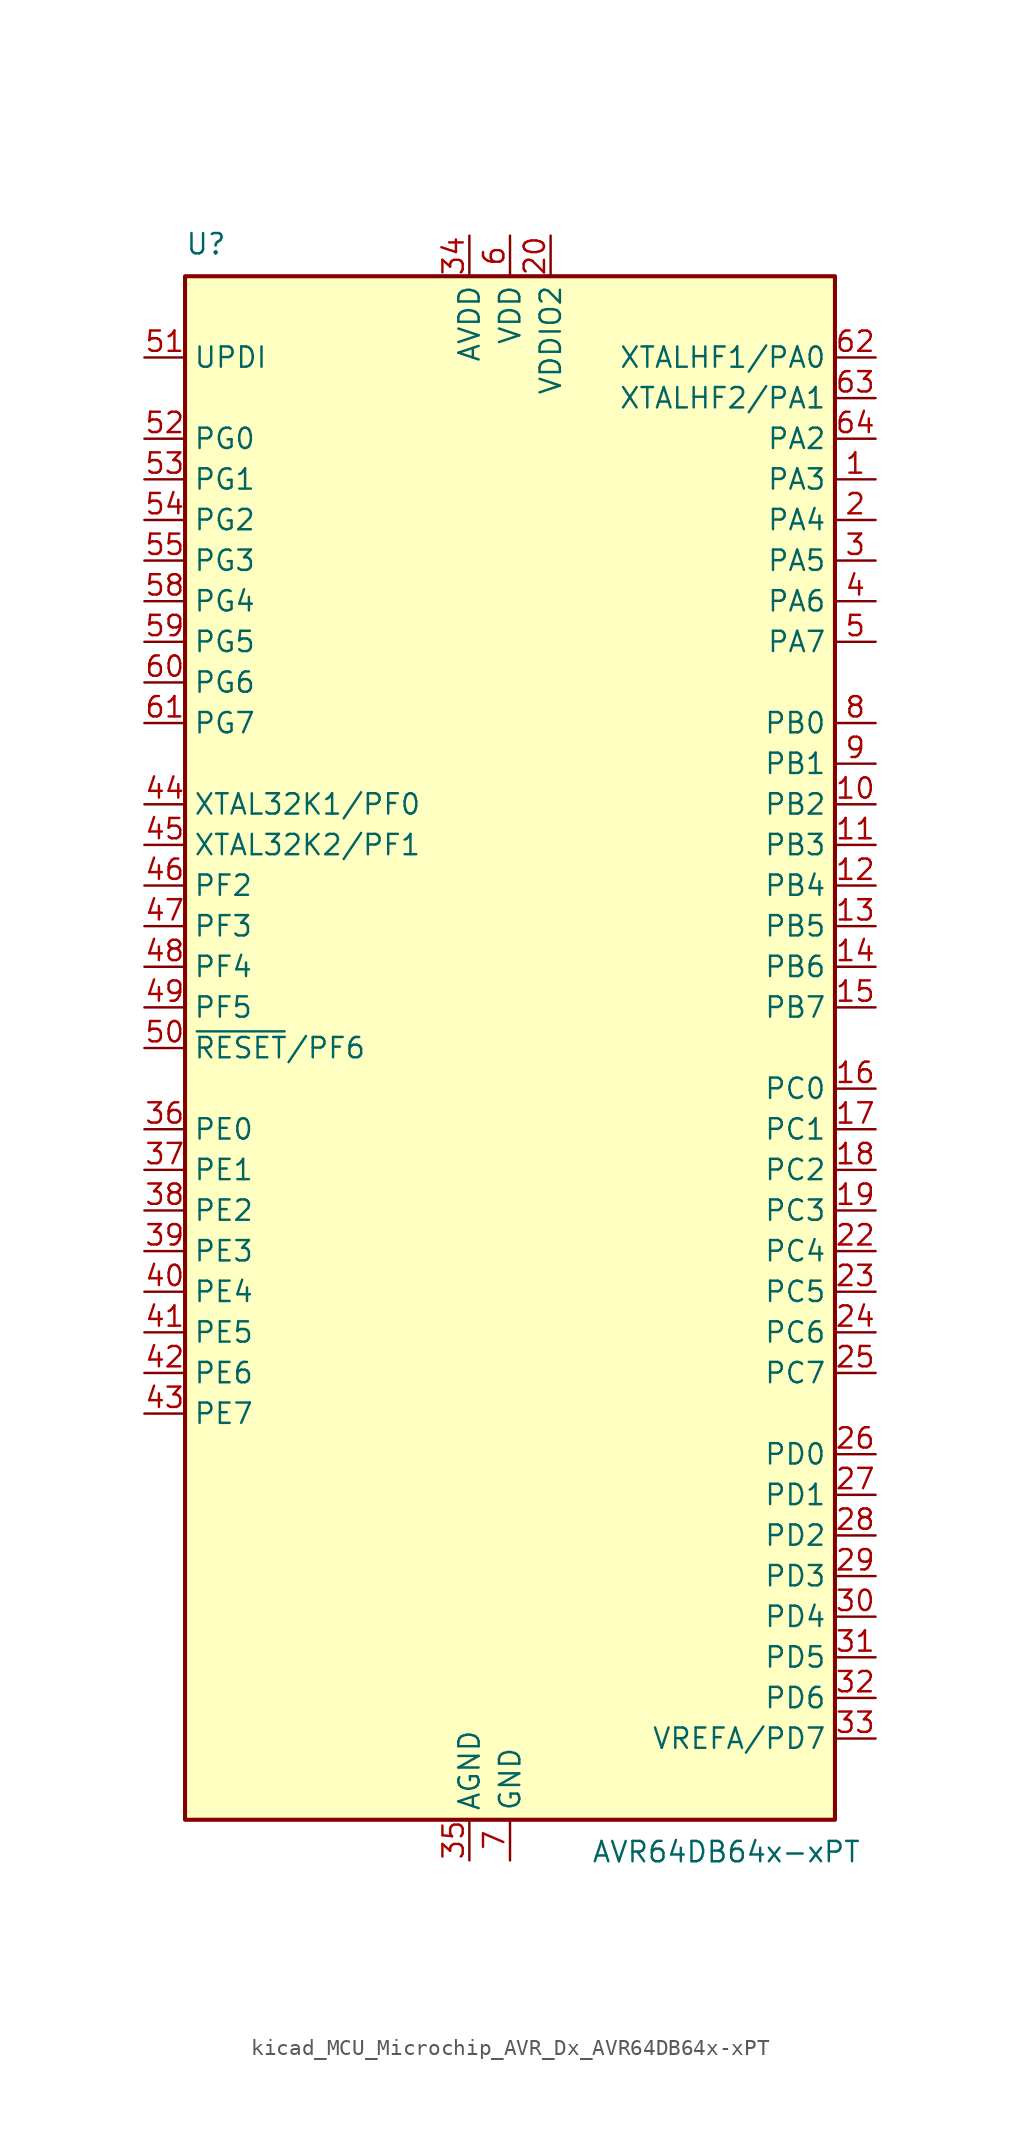
<source format=kicad_sym>
(kicad_symbol_lib
  (version 20220914)
  (generator kicad_symbol_editor)
  (symbol "kicad_MCU_Microchip_AVR_Dx_AVR64DB64x-xPT"
    (property "Reference" "U"
      (at -20.32 49.53 0)
      (effects (font (size 1.27 1.27)) (justify left bottom)))
    (property "Value" "AVR64DB64x-xPT"
      (at 5.08 -49.53 0)
      (effects (font (size 1.27 1.27)) (justify left top)))
    (symbol "kicad_MCU_Microchip_AVR_Dx_AVR64DB64x-xPT_0_1"
      (rectangle (start -20.32 48.26) (end 20.32 -48.26) (stroke (width 0.254) (type default)) (fill (type background))))
    (symbol "kicad_MCU_Microchip_AVR_Dx_AVR64DB64x-xPT_1_1"
      (pin bidirectional line (at 22.86 35.56 180) (length 2.54) (name "PA3" (effects (font (size 1.27 1.27)))) (number "1" (effects (font (size 1.27 1.27)))))
      (pin bidirectional line (at 22.86 15.24 180) (length 2.54) (name "PB2" (effects (font (size 1.27 1.27)))) (number "10" (effects (font (size 1.27 1.27)))))
      (pin bidirectional line (at 22.86 12.7 180) (length 2.54) (name "PB3" (effects (font (size 1.27 1.27)))) (number "11" (effects (font (size 1.27 1.27)))))
      (pin bidirectional line (at 22.86 10.16 180) (length 2.54) (name "PB4" (effects (font (size 1.27 1.27)))) (number "12" (effects (font (size 1.27 1.27)))))
      (pin bidirectional line (at 22.86 7.62 180) (length 2.54) (name "PB5" (effects (font (size 1.27 1.27)))) (number "13" (effects (font (size 1.27 1.27)))))
      (pin bidirectional line (at 22.86 5.08 180) (length 2.54) (name "PB6" (effects (font (size 1.27 1.27)))) (number "14" (effects (font (size 1.27 1.27)))))
      (pin bidirectional line (at 22.86 2.54 180) (length 2.54) (name "PB7" (effects (font (size 1.27 1.27)))) (number "15" (effects (font (size 1.27 1.27)))))
      (pin bidirectional line (at 22.86 -2.54 180) (length 2.54) (name "PC0" (effects (font (size 1.27 1.27)))) (number "16" (effects (font (size 1.27 1.27)))))
      (pin bidirectional line (at 22.86 -5.08 180) (length 2.54) (name "PC1" (effects (font (size 1.27 1.27)))) (number "17" (effects (font (size 1.27 1.27)))))
      (pin bidirectional line (at 22.86 -7.62 180) (length 2.54) (name "PC2" (effects (font (size 1.27 1.27)))) (number "18" (effects (font (size 1.27 1.27)))))
      (pin bidirectional line (at 22.86 -10.16 180) (length 2.54) (name "PC3" (effects (font (size 1.27 1.27)))) (number "19" (effects (font (size 1.27 1.27)))))
      (pin bidirectional line (at 22.86 33.02 180) (length 2.54) (name "PA4" (effects (font (size 1.27 1.27)))) (number "2" (effects (font (size 1.27 1.27)))))
      (pin power_in line (at 2.54 50.8 270) (length 2.54) (name "VDDIO2" (effects (font (size 1.27 1.27)))) (number "20" (effects (font (size 1.27 1.27)))))
      (pin passive line (at 0 -50.8 90) (length 2.54) hide (name "GND" (effects (font (size 1.27 1.27)))) (number "21" (effects (font (size 1.27 1.27)))))
      (pin bidirectional line (at 22.86 -12.7 180) (length 2.54) (name "PC4" (effects (font (size 1.27 1.27)))) (number "22" (effects (font (size 1.27 1.27)))))
      (pin bidirectional line (at 22.86 -15.24 180) (length 2.54) (name "PC5" (effects (font (size 1.27 1.27)))) (number "23" (effects (font (size 1.27 1.27)))))
      (pin bidirectional line (at 22.86 -17.78 180) (length 2.54) (name "PC6" (effects (font (size 1.27 1.27)))) (number "24" (effects (font (size 1.27 1.27)))))
      (pin bidirectional line (at 22.86 -20.32 180) (length 2.54) (name "PC7" (effects (font (size 1.27 1.27)))) (number "25" (effects (font (size 1.27 1.27)))))
      (pin bidirectional line (at 22.86 -25.4 180) (length 2.54) (name "PD0" (effects (font (size 1.27 1.27)))) (number "26" (effects (font (size 1.27 1.27)))))
      (pin bidirectional line (at 22.86 -27.94 180) (length 2.54) (name "PD1" (effects (font (size 1.27 1.27)))) (number "27" (effects (font (size 1.27 1.27)))))
      (pin bidirectional line (at 22.86 -30.48 180) (length 2.54) (name "PD2" (effects (font (size 1.27 1.27)))) (number "28" (effects (font (size 1.27 1.27)))))
      (pin bidirectional line (at 22.86 -33.02 180) (length 2.54) (name "PD3" (effects (font (size 1.27 1.27)))) (number "29" (effects (font (size 1.27 1.27)))))
      (pin bidirectional line (at 22.86 30.48 180) (length 2.54) (name "PA5" (effects (font (size 1.27 1.27)))) (number "3" (effects (font (size 1.27 1.27)))))
      (pin bidirectional line (at 22.86 -35.56 180) (length 2.54) (name "PD4" (effects (font (size 1.27 1.27)))) (number "30" (effects (font (size 1.27 1.27)))))
      (pin bidirectional line (at 22.86 -38.1 180) (length 2.54) (name "PD5" (effects (font (size 1.27 1.27)))) (number "31" (effects (font (size 1.27 1.27)))))
      (pin bidirectional line (at 22.86 -40.64 180) (length 2.54) (name "PD6" (effects (font (size 1.27 1.27)))) (number "32" (effects (font (size 1.27 1.27)))))
      (pin bidirectional line (at 22.86 -43.18 180) (length 2.54) (name "VREFA/PD7" (effects (font (size 1.27 1.27)))) (number "33" (effects (font (size 1.27 1.27)))))
      (pin power_in line (at -2.54 50.8 270) (length 2.54) (name "AVDD" (effects (font (size 1.27 1.27)))) (number "34" (effects (font (size 1.27 1.27)))))
      (pin power_in line (at -2.54 -50.8 90) (length 2.54) (name "AGND" (effects (font (size 1.27 1.27)))) (number "35" (effects (font (size 1.27 1.27)))))
      (pin bidirectional line (at -22.86 -5.08 0) (length 2.54) (name "PE0" (effects (font (size 1.27 1.27)))) (number "36" (effects (font (size 1.27 1.27)))))
      (pin bidirectional line (at -22.86 -7.62 0) (length 2.54) (name "PE1" (effects (font (size 1.27 1.27)))) (number "37" (effects (font (size 1.27 1.27)))))
      (pin bidirectional line (at -22.86 -10.16 0) (length 2.54) (name "PE2" (effects (font (size 1.27 1.27)))) (number "38" (effects (font (size 1.27 1.27)))))
      (pin bidirectional line (at -22.86 -12.7 0) (length 2.54) (name "PE3" (effects (font (size 1.27 1.27)))) (number "39" (effects (font (size 1.27 1.27)))))
      (pin bidirectional line (at 22.86 27.94 180) (length 2.54) (name "PA6" (effects (font (size 1.27 1.27)))) (number "4" (effects (font (size 1.27 1.27)))))
      (pin bidirectional line (at -22.86 -15.24 0) (length 2.54) (name "PE4" (effects (font (size 1.27 1.27)))) (number "40" (effects (font (size 1.27 1.27)))))
      (pin bidirectional line (at -22.86 -17.78 0) (length 2.54) (name "PE5" (effects (font (size 1.27 1.27)))) (number "41" (effects (font (size 1.27 1.27)))))
      (pin bidirectional line (at -22.86 -20.32 0) (length 2.54) (name "PE6" (effects (font (size 1.27 1.27)))) (number "42" (effects (font (size 1.27 1.27)))))
      (pin bidirectional line (at -22.86 -22.86 0) (length 2.54) (name "PE7" (effects (font (size 1.27 1.27)))) (number "43" (effects (font (size 1.27 1.27)))))
      (pin bidirectional line (at -22.86 15.24 0) (length 2.54) (name "XTAL32K1/PF0" (effects (font (size 1.27 1.27)))) (number "44" (effects (font (size 1.27 1.27)))))
      (pin bidirectional line (at -22.86 12.7 0) (length 2.54) (name "XTAL32K2/PF1" (effects (font (size 1.27 1.27)))) (number "45" (effects (font (size 1.27 1.27)))))
      (pin bidirectional line (at -22.86 10.16 0) (length 2.54) (name "PF2" (effects (font (size 1.27 1.27)))) (number "46" (effects (font (size 1.27 1.27)))))
      (pin bidirectional line (at -22.86 7.62 0) (length 2.54) (name "PF3" (effects (font (size 1.27 1.27)))) (number "47" (effects (font (size 1.27 1.27)))))
      (pin bidirectional line (at -22.86 5.08 0) (length 2.54) (name "PF4" (effects (font (size 1.27 1.27)))) (number "48" (effects (font (size 1.27 1.27)))))
      (pin bidirectional line (at -22.86 2.54 0) (length 2.54) (name "PF5" (effects (font (size 1.27 1.27)))) (number "49" (effects (font (size 1.27 1.27)))))
      (pin bidirectional line (at 22.86 25.4 180) (length 2.54) (name "PA7" (effects (font (size 1.27 1.27)))) (number "5" (effects (font (size 1.27 1.27)))))
      (pin bidirectional line (at -22.86 0 0) (length 2.54) (name "~{RESET}/PF6" (effects (font (size 1.27 1.27)))) (number "50" (effects (font (size 1.27 1.27)))))
      (pin input line (at -22.86 43.18 0) (length 2.54) (name "UPDI" (effects (font (size 1.27 1.27)))) (number "51" (effects (font (size 1.27 1.27)))))
      (pin bidirectional line (at -22.86 38.1 0) (length 2.54) (name "PG0" (effects (font (size 1.27 1.27)))) (number "52" (effects (font (size 1.27 1.27)))))
      (pin bidirectional line (at -22.86 35.56 0) (length 2.54) (name "PG1" (effects (font (size 1.27 1.27)))) (number "53" (effects (font (size 1.27 1.27)))))
      (pin bidirectional line (at -22.86 33.02 0) (length 2.54) (name "PG2" (effects (font (size 1.27 1.27)))) (number "54" (effects (font (size 1.27 1.27)))))
      (pin bidirectional line (at -22.86 30.48 0) (length 2.54) (name "PG3" (effects (font (size 1.27 1.27)))) (number "55" (effects (font (size 1.27 1.27)))))
      (pin passive line (at 0 50.8 270) (length 2.54) hide (name "VDD" (effects (font (size 1.27 1.27)))) (number "56" (effects (font (size 1.27 1.27)))))
      (pin passive line (at 0 -50.8 90) (length 2.54) hide (name "GND" (effects (font (size 1.27 1.27)))) (number "57" (effects (font (size 1.27 1.27)))))
      (pin bidirectional line (at -22.86 27.94 0) (length 2.54) (name "PG4" (effects (font (size 1.27 1.27)))) (number "58" (effects (font (size 1.27 1.27)))))
      (pin bidirectional line (at -22.86 25.4 0) (length 2.54) (name "PG5" (effects (font (size 1.27 1.27)))) (number "59" (effects (font (size 1.27 1.27)))))
      (pin power_in line (at 0 50.8 270) (length 2.54) (name "VDD" (effects (font (size 1.27 1.27)))) (number "6" (effects (font (size 1.27 1.27)))))
      (pin bidirectional line (at -22.86 22.86 0) (length 2.54) (name "PG6" (effects (font (size 1.27 1.27)))) (number "60" (effects (font (size 1.27 1.27)))))
      (pin bidirectional line (at -22.86 20.32 0) (length 2.54) (name "PG7" (effects (font (size 1.27 1.27)))) (number "61" (effects (font (size 1.27 1.27)))))
      (pin bidirectional line (at 22.86 43.18 180) (length 2.54) (name "XTALHF1/PA0" (effects (font (size 1.27 1.27)))) (number "62" (effects (font (size 1.27 1.27)))))
      (pin bidirectional line (at 22.86 40.64 180) (length 2.54) (name "XTALHF2/PA1" (effects (font (size 1.27 1.27)))) (number "63" (effects (font (size 1.27 1.27)))))
      (pin bidirectional line (at 22.86 38.1 180) (length 2.54) (name "PA2" (effects (font (size 1.27 1.27)))) (number "64" (effects (font (size 1.27 1.27)))))
      (pin power_in line (at 0 -50.8 90) (length 2.54) (name "GND" (effects (font (size 1.27 1.27)))) (number "7" (effects (font (size 1.27 1.27)))))
      (pin bidirectional line (at 22.86 20.32 180) (length 2.54) (name "PB0" (effects (font (size 1.27 1.27)))) (number "8" (effects (font (size 1.27 1.27)))))
      (pin bidirectional line (at 22.86 17.78 180) (length 2.54) (name "PB1" (effects (font (size 1.27 1.27)))) (number "9" (effects (font (size 1.27 1.27))))))))
</source>
